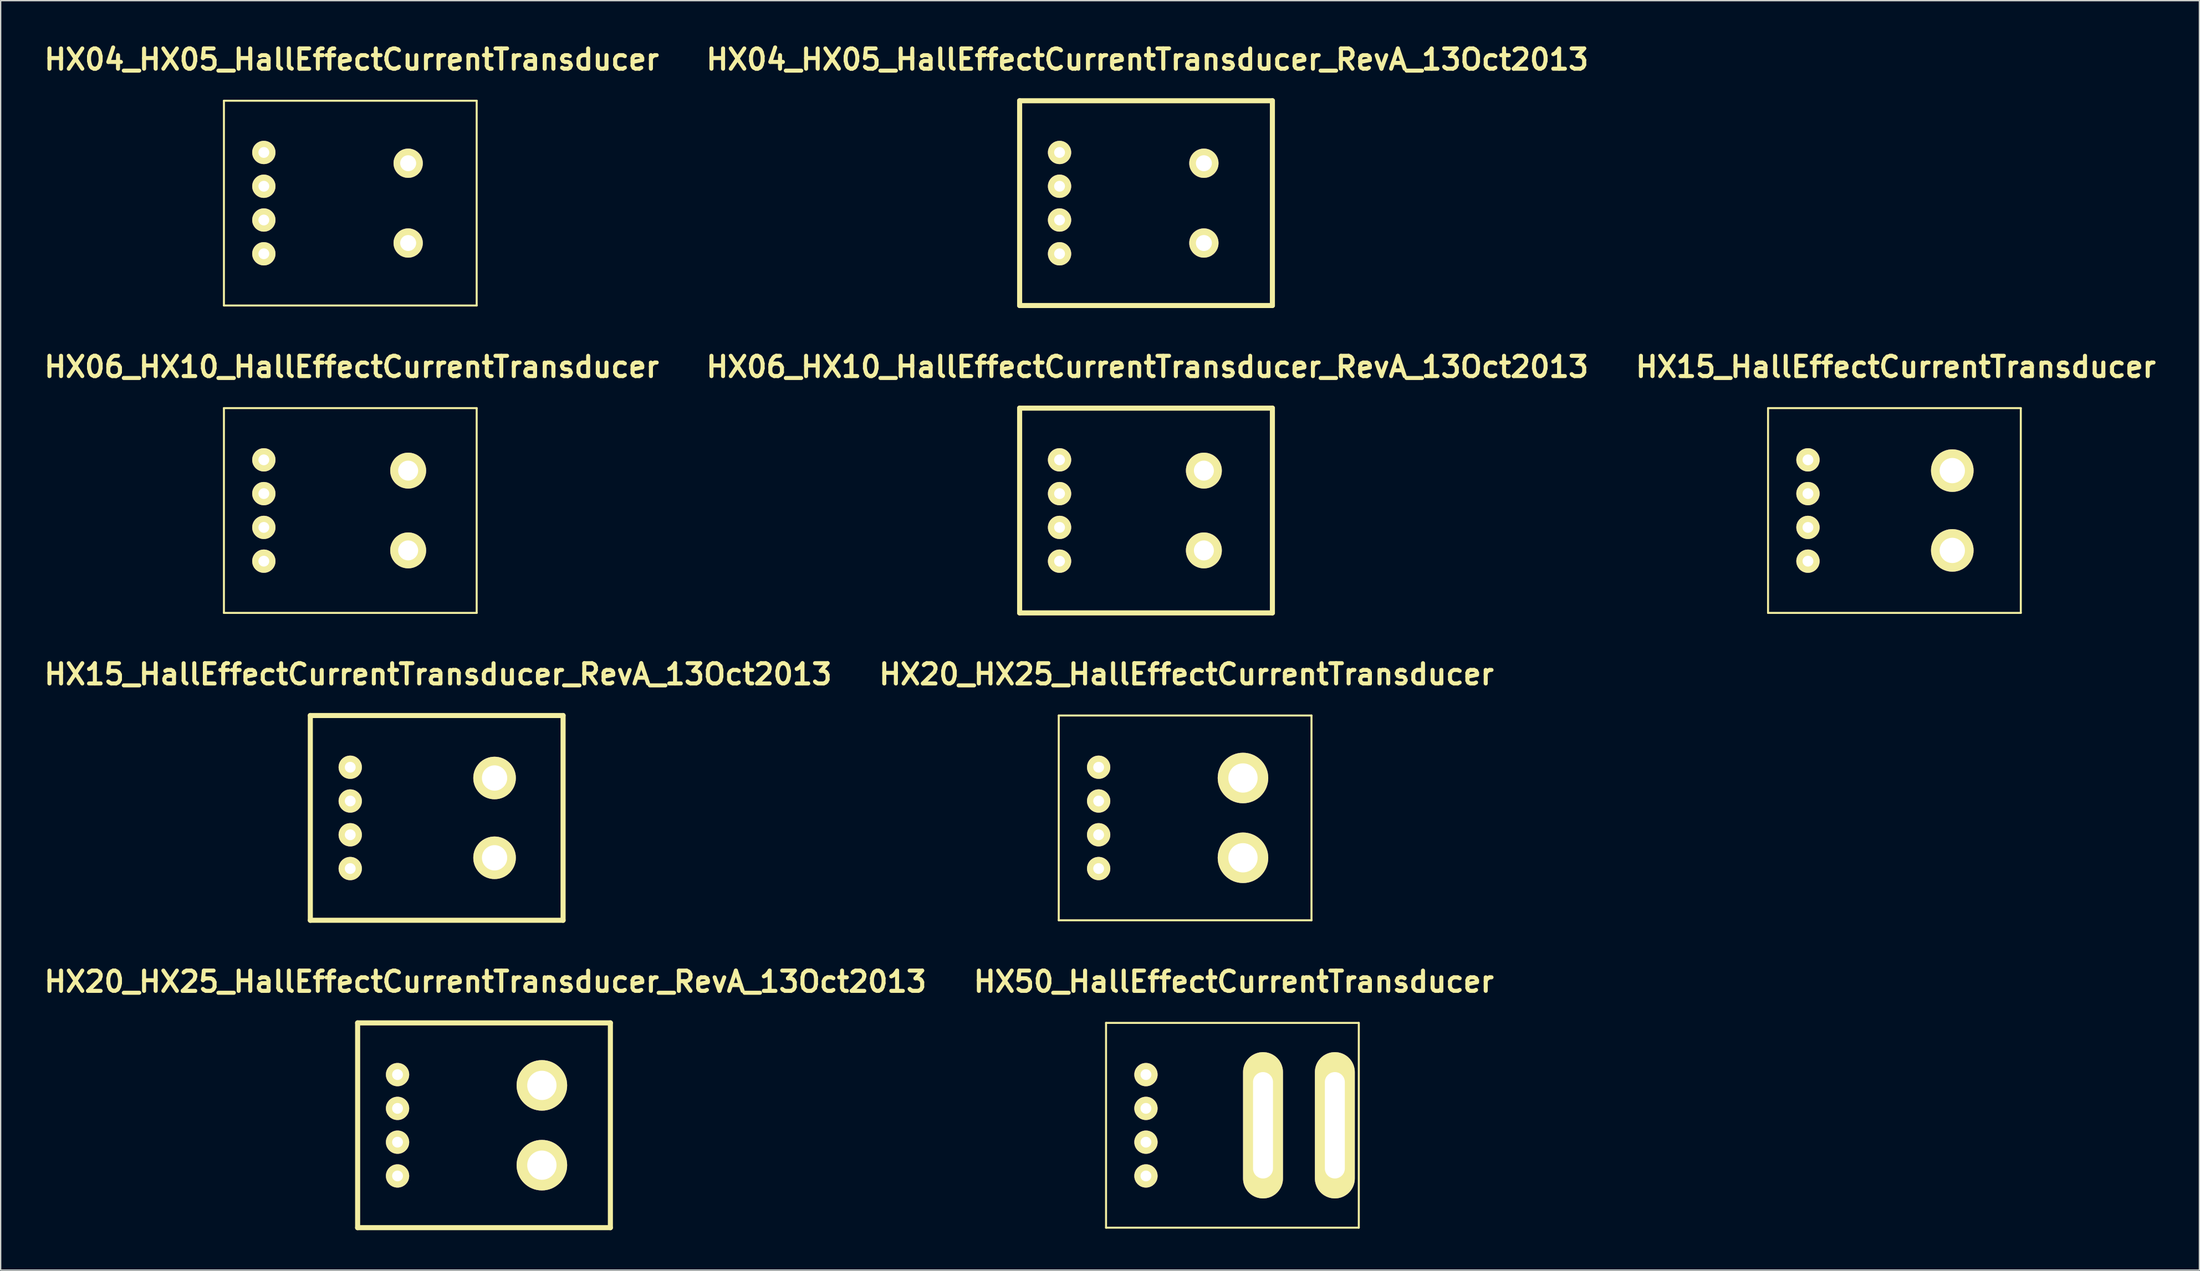
<source format=kicad_pcb>
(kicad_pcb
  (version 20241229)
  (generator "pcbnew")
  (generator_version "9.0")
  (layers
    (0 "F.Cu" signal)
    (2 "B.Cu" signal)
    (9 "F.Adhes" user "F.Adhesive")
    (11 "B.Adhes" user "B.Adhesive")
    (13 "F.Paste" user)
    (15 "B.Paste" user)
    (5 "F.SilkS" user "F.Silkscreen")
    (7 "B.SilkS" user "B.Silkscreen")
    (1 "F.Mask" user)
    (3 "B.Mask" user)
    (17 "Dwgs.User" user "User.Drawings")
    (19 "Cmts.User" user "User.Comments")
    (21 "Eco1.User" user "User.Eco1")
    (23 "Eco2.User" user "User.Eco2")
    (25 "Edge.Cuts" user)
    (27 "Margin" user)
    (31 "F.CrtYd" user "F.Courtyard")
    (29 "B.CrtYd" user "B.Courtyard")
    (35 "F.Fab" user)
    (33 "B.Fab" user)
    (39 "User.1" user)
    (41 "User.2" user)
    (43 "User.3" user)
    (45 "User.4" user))
  (footprint "HX15_HallEffectCurrentTransducer_RevA_13Oct2013"
    (layer "F.Cu")
    (at 29.778 58.46)
    (property "Reference" "HX15_HallEffectCurrentTransducer_RevA_13Oct2013" (at 0.1 -10.8 0) (layer "F.SilkS") (effects (font (size 1.524 1.524) (thickness 0.305))))
    (attr through_hole)
    (fp_line (start -9.5 -7.7) (end -9.5 7.7) (stroke (width 0.381) (type solid)) (layer "F.SilkS"))
    (fp_line (start -9.5 7.7) (end 9.5 7.7) (stroke (width 0.381) (type solid)) (layer "F.SilkS"))
    (fp_line (start 9.5 -7.7) (end -9.5 -7.7) (stroke (width 0.381) (type solid)) (layer "F.SilkS"))
    (fp_line (start 9.5 7.7) (end 9.5 -7.7) (stroke (width 0.381) (type solid)) (layer "F.SilkS"))
    (pad "1" thru_hole circle (at -6.5 -3.81) (size 1.75 1.75) (drill 0.813) (layers "*.Cu" "*.Mask" "F.SilkS"))
    (pad "2" thru_hole circle (at -6.5 -1.27) (size 1.75 1.75) (drill 0.813) (layers "*.Cu" "*.Mask" "F.SilkS"))
    (pad "3" thru_hole circle (at -6.5 1.27) (size 1.75 1.75) (drill 0.813) (layers "*.Cu" "*.Mask" "F.SilkS"))
    (pad "4" thru_hole circle (at -6.5 3.81) (size 1.75 1.75) (drill 0.813) (layers "*.Cu" "*.Mask" "F.SilkS"))
    (pad "5" thru_hole circle (at 4.35 -3) (size 3.2 3.2) (drill 1.9) (layers "*.Cu" "*.Mask" "F.SilkS"))
    (pad "6" thru_hole circle (at 4.35 3) (size 3.2 3.2) (drill 1.9) (layers "*.Cu" "*.Mask" "F.SilkS")))
  (footprint "HX15_HallEffectCurrentTransducer"
    (layer "F.Cu")
    (at 139.359 35.343)
    (property "Reference" "HX15_HallEffectCurrentTransducer" (at 0.1 -10.8 0) (layer "F.SilkS") (effects (font (size 1.524 1.524) (thickness 0.305))))
    (attr through_hole)
    (fp_line (start -9.5 -7.7) (end -9.5 7.7) (stroke (width 0.15) (type solid)) (layer "F.SilkS"))
    (fp_line (start -9.5 7.7) (end 9.5 7.7) (stroke (width 0.15) (type solid)) (layer "F.SilkS"))
    (fp_line (start 9.5 -7.7) (end -9.5 -7.7) (stroke (width 0.15) (type solid)) (layer "F.SilkS"))
    (fp_line (start 9.5 7.7) (end 9.5 -7.7) (stroke (width 0.15) (type solid)) (layer "F.SilkS"))
    (pad "1" thru_hole circle (at -6.5 -3.81) (size 1.75 1.75) (drill 0.813) (layers "*.Cu" "*.Mask" "F.SilkS"))
    (pad "2" thru_hole circle (at -6.5 -1.27) (size 1.75 1.75) (drill 0.813) (layers "*.Cu" "*.Mask" "F.SilkS"))
    (pad "3" thru_hole circle (at -6.5 1.27) (size 1.75 1.75) (drill 0.813) (layers "*.Cu" "*.Mask" "F.SilkS"))
    (pad "4" thru_hole circle (at -6.5 3.81) (size 1.75 1.75) (drill 0.813) (layers "*.Cu" "*.Mask" "F.SilkS"))
    (pad "5" thru_hole circle (at 4.35 -3) (size 3.2 3.2) (drill 1.9) (layers "*.Cu" "*.Mask" "F.SilkS"))
    (pad "6" thru_hole circle (at 4.35 3) (size 3.2 3.2) (drill 1.9) (layers "*.Cu" "*.Mask" "F.SilkS")))
  (footprint "HX04_HX05_HallEffectCurrentTransducer_RevA_13Oct2013"
    (layer "F.Cu")
    (at 83.099 12.226)
    (property "Reference" "HX04_HX05_HallEffectCurrentTransducer_RevA_13Oct2013" (at 0.1 -10.8 0) (layer "F.SilkS") (effects (font (size 1.524 1.524) (thickness 0.305))))
    (attr through_hole)
    (fp_line (start -9.5 -7.7) (end -9.5 7.7) (stroke (width 0.381) (type solid)) (layer "F.SilkS"))
    (fp_line (start -9.5 7.7) (end 9.5 7.7) (stroke (width 0.381) (type solid)) (layer "F.SilkS"))
    (fp_line (start 9.5 -7.7) (end -9.5 -7.7) (stroke (width 0.381) (type solid)) (layer "F.SilkS"))
    (fp_line (start 9.5 7.7) (end 9.5 -7.7) (stroke (width 0.381) (type solid)) (layer "F.SilkS"))
    (pad "1" thru_hole circle (at -6.5 -3.81) (size 1.75 1.75) (drill 0.813) (layers "*.Cu" "*.Mask" "F.SilkS"))
    (pad "2" thru_hole circle (at -6.5 -1.27) (size 1.75 1.75) (drill 0.813) (layers "*.Cu" "*.Mask" "F.SilkS"))
    (pad "3" thru_hole circle (at -6.5 1.27) (size 1.75 1.75) (drill 0.813) (layers "*.Cu" "*.Mask" "F.SilkS"))
    (pad "4" thru_hole circle (at -6.5 3.81) (size 1.75 1.75) (drill 0.813) (layers "*.Cu" "*.Mask" "F.SilkS"))
    (pad "5" thru_hole circle (at 4.35 -3) (size 2.2 2.2) (drill 1.2) (layers "*.Cu" "*.Mask" "F.SilkS"))
    (pad "6" thru_hole circle (at 4.35 3) (size 2.2 2.2) (drill 1.2) (layers "*.Cu" "*.Mask" "F.SilkS")))
  (footprint "HX50_HallEffectCurrentTransducer"
    (layer "F.Cu")
    (at 89.594 81.577)
    (property "Reference" "HX50_HallEffectCurrentTransducer" (at 0.1 -10.8 0) (layer "F.SilkS") (effects (font (size 1.524 1.524) (thickness 0.305))))
    (attr through_hole)
    (fp_line (start -9.5 -7.7) (end -9.5 7.7) (stroke (width 0.15) (type solid)) (layer "F.SilkS"))
    (fp_line (start -9.5 7.7) (end 9.5 7.7) (stroke (width 0.15) (type solid)) (layer "F.SilkS"))
    (fp_line (start 9.5 -7.7) (end -9.5 -7.7) (stroke (width 0.15) (type solid)) (layer "F.SilkS"))
    (fp_line (start 9.5 7.7) (end 9.5 -7.7) (stroke (width 0.15) (type solid)) (layer "F.SilkS"))
    (pad "1" thru_hole circle (at -6.5 -3.81) (size 1.75 1.75) (drill 0.813) (layers "*.Cu" "*.Mask" "F.SilkS"))
    (pad "2" thru_hole circle (at -6.5 -1.27) (size 1.75 1.75) (drill 0.813) (layers "*.Cu" "*.Mask" "F.SilkS"))
    (pad "3" thru_hole circle (at -6.5 1.27) (size 1.75 1.75) (drill 0.813) (layers "*.Cu" "*.Mask" "F.SilkS"))
    (pad "4" thru_hole circle (at -6.5 3.81) (size 1.75 1.75) (drill 0.813) (layers "*.Cu" "*.Mask" "F.SilkS"))
    (pad "5" thru_hole oval (at 7.7 0) (size 3 11) (drill oval 1.5 8) (layers "*.Cu" "*.Mask" "F.SilkS"))
    (pad "6" thru_hole oval (at 2.3 0) (size 3 11) (drill oval 1.5 8) (layers "*.Cu" "*.Mask" "F.SilkS")))
  (footprint "HX20_HX25_HallEffectCurrentTransducer_RevA_13Oct2013"
    (layer "F.Cu")
    (at 33.334 81.577)
    (property "Reference" "HX20_HX25_HallEffectCurrentTransducer_RevA_13Oct2013" (at 0.1 -10.8 0) (layer "F.SilkS") (effects (font (size 1.524 1.524) (thickness 0.305))))
    (attr through_hole)
    (fp_line (start -9.5 -7.7) (end -9.5 7.7) (stroke (width 0.381) (type solid)) (layer "F.SilkS"))
    (fp_line (start -9.5 7.7) (end 9.5 7.7) (stroke (width 0.381) (type solid)) (layer "F.SilkS"))
    (fp_line (start 9.5 -7.7) (end -9.5 -7.7) (stroke (width 0.381) (type solid)) (layer "F.SilkS"))
    (fp_line (start 9.5 7.7) (end 9.5 -7.7) (stroke (width 0.381) (type solid)) (layer "F.SilkS"))
    (pad "1" thru_hole circle (at -6.5 -3.81) (size 1.75 1.75) (drill 0.813) (layers "*.Cu" "*.Mask" "F.SilkS"))
    (pad "2" thru_hole circle (at -6.5 -1.27) (size 1.75 1.75) (drill 0.813) (layers "*.Cu" "*.Mask" "F.SilkS"))
    (pad "3" thru_hole circle (at -6.5 1.27) (size 1.75 1.75) (drill 0.813) (layers "*.Cu" "*.Mask" "F.SilkS"))
    (pad "4" thru_hole circle (at -6.5 3.81) (size 1.75 1.75) (drill 0.813) (layers "*.Cu" "*.Mask" "F.SilkS"))
    (pad "5" thru_hole circle (at 4.35 -3) (size 3.8 3.8) (drill 2.2) (layers "*.Cu" "*.Mask" "F.SilkS"))
    (pad "6" thru_hole circle (at 4.35 3) (size 3.8 3.8) (drill 2.2) (layers "*.Cu" "*.Mask" "F.SilkS")))
  (footprint "HX20_HX25_HallEffectCurrentTransducer"
    (layer "F.Cu")
    (at 86.038 58.46)
    (property "Reference" "HX20_HX25_HallEffectCurrentTransducer" (at 0.1 -10.8 0) (layer "F.SilkS") (effects (font (size 1.524 1.524) (thickness 0.305))))
    (attr through_hole)
    (fp_line (start -9.5 -7.7) (end -9.5 7.7) (stroke (width 0.15) (type solid)) (layer "F.SilkS"))
    (fp_line (start -9.5 7.7) (end 9.5 7.7) (stroke (width 0.15) (type solid)) (layer "F.SilkS"))
    (fp_line (start 9.5 -7.7) (end -9.5 -7.7) (stroke (width 0.15) (type solid)) (layer "F.SilkS"))
    (fp_line (start 9.5 7.7) (end 9.5 -7.7) (stroke (width 0.15) (type solid)) (layer "F.SilkS"))
    (pad "1" thru_hole circle (at -6.5 -3.81) (size 1.75 1.75) (drill 0.813) (layers "*.Cu" "*.Mask" "F.SilkS"))
    (pad "2" thru_hole circle (at -6.5 -1.27) (size 1.75 1.75) (drill 0.813) (layers "*.Cu" "*.Mask" "F.SilkS"))
    (pad "3" thru_hole circle (at -6.5 1.27) (size 1.75 1.75) (drill 0.813) (layers "*.Cu" "*.Mask" "F.SilkS"))
    (pad "4" thru_hole circle (at -6.5 3.81) (size 1.75 1.75) (drill 0.813) (layers "*.Cu" "*.Mask" "F.SilkS"))
    (pad "5" thru_hole circle (at 4.35 -3) (size 3.8 3.8) (drill 2.2) (layers "*.Cu" "*.Mask" "F.SilkS"))
    (pad "6" thru_hole circle (at 4.35 3) (size 3.8 3.8) (drill 2.2) (layers "*.Cu" "*.Mask" "F.SilkS")))
  (footprint "HX06_HX10_HallEffectCurrentTransducer"
    (layer "F.Cu")
    (at 23.283 35.343)
    (property "Reference" "HX06_HX10_HallEffectCurrentTransducer" (at 0.1 -10.8 0) (layer "F.SilkS") (effects (font (size 1.524 1.524) (thickness 0.305))))
    (attr through_hole)
    (fp_line (start -9.5 -7.7) (end -9.5 7.7) (stroke (width 0.15) (type solid)) (layer "F.SilkS"))
    (fp_line (start -9.5 7.7) (end 9.5 7.7) (stroke (width 0.15) (type solid)) (layer "F.SilkS"))
    (fp_line (start 9.5 -7.7) (end -9.5 -7.7) (stroke (width 0.15) (type solid)) (layer "F.SilkS"))
    (fp_line (start 9.5 7.7) (end 9.5 -7.7) (stroke (width 0.15) (type solid)) (layer "F.SilkS"))
    (pad "1" thru_hole circle (at -6.5 -3.81) (size 1.75 1.75) (drill 0.813) (layers "*.Cu" "*.Mask" "F.SilkS"))
    (pad "2" thru_hole circle (at -6.5 -1.27) (size 1.75 1.75) (drill 0.813) (layers "*.Cu" "*.Mask" "F.SilkS"))
    (pad "3" thru_hole circle (at -6.5 1.27) (size 1.75 1.75) (drill 0.813) (layers "*.Cu" "*.Mask" "F.SilkS"))
    (pad "4" thru_hole circle (at -6.5 3.81) (size 1.75 1.75) (drill 0.813) (layers "*.Cu" "*.Mask" "F.SilkS"))
    (pad "5" thru_hole circle (at 4.35 -3) (size 2.7 2.7) (drill 1.5) (layers "*.Cu" "*.Mask" "F.SilkS"))
    (pad "6" thru_hole circle (at 4.35 3) (size 2.7 2.7) (drill 1.5) (layers "*.Cu" "*.Mask" "F.SilkS")))
  (footprint "HX06_HX10_HallEffectCurrentTransducer_RevA_13Oct2013"
    (layer "F.Cu")
    (at 83.099 35.343)
    (property "Reference" "HX06_HX10_HallEffectCurrentTransducer_RevA_13Oct2013" (at 0.1 -10.8 0) (layer "F.SilkS") (effects (font (size 1.524 1.524) (thickness 0.305))))
    (attr through_hole)
    (fp_line (start -9.5 -7.7) (end -9.5 7.7) (stroke (width 0.381) (type solid)) (layer "F.SilkS"))
    (fp_line (start -9.5 7.7) (end 9.5 7.7) (stroke (width 0.381) (type solid)) (layer "F.SilkS"))
    (fp_line (start 9.5 -7.7) (end -9.5 -7.7) (stroke (width 0.381) (type solid)) (layer "F.SilkS"))
    (fp_line (start 9.5 7.7) (end 9.5 -7.7) (stroke (width 0.381) (type solid)) (layer "F.SilkS"))
    (pad "1" thru_hole circle (at -6.5 -3.81) (size 1.75 1.75) (drill 0.813) (layers "*.Cu" "*.Mask" "F.SilkS"))
    (pad "2" thru_hole circle (at -6.5 -1.27) (size 1.75 1.75) (drill 0.813) (layers "*.Cu" "*.Mask" "F.SilkS"))
    (pad "3" thru_hole circle (at -6.5 1.27) (size 1.75 1.75) (drill 0.813) (layers "*.Cu" "*.Mask" "F.SilkS"))
    (pad "4" thru_hole circle (at -6.5 3.81) (size 1.75 1.75) (drill 0.813) (layers "*.Cu" "*.Mask" "F.SilkS"))
    (pad "5" thru_hole circle (at 4.35 -3) (size 2.7 2.7) (drill 1.5) (layers "*.Cu" "*.Mask" "F.SilkS"))
    (pad "6" thru_hole circle (at 4.35 3) (size 2.7 2.7) (drill 1.5) (layers "*.Cu" "*.Mask" "F.SilkS")))
  (footprint "HX04_HX05_HallEffectCurrentTransducer"
    (layer "F.Cu")
    (at 23.283 12.226)
    (property "Reference" "HX04_HX05_HallEffectCurrentTransducer" (at 0.1 -10.8 0) (layer "F.SilkS") (effects (font (size 1.524 1.524) (thickness 0.305))))
    (attr through_hole)
    (fp_line (start -9.5 -7.7) (end -9.5 7.7) (stroke (width 0.15) (type solid)) (layer "F.SilkS"))
    (fp_line (start -9.5 7.7) (end 9.5 7.7) (stroke (width 0.15) (type solid)) (layer "F.SilkS"))
    (fp_line (start 9.5 -7.7) (end -9.5 -7.7) (stroke (width 0.15) (type solid)) (layer "F.SilkS"))
    (fp_line (start 9.5 7.7) (end 9.5 -7.7) (stroke (width 0.15) (type solid)) (layer "F.SilkS"))
    (pad "1" thru_hole circle (at -6.5 -3.81) (size 1.75 1.75) (drill 0.813) (layers "*.Cu" "*.Mask" "F.SilkS"))
    (pad "2" thru_hole circle (at -6.5 -1.27) (size 1.75 1.75) (drill 0.813) (layers "*.Cu" "*.Mask" "F.SilkS"))
    (pad "3" thru_hole circle (at -6.5 1.27) (size 1.75 1.75) (drill 0.813) (layers "*.Cu" "*.Mask" "F.SilkS"))
    (pad "4" thru_hole circle (at -6.5 3.81) (size 1.75 1.75) (drill 0.813) (layers "*.Cu" "*.Mask" "F.SilkS"))
    (pad "5" thru_hole circle (at 4.35 -3) (size 2.2 2.2) (drill 1.2) (layers "*.Cu" "*.Mask" "F.SilkS"))
    (pad "6" thru_hole circle (at 4.35 3) (size 2.2 2.2) (drill 1.2) (layers "*.Cu" "*.Mask" "F.SilkS")))
  (gr_rect
    (start -3 -3)
    (end 162.285 92.468)
    (stroke (width 0.1) (type default))
    (fill no)
    (layer "Edge.Cuts")))
</source>
